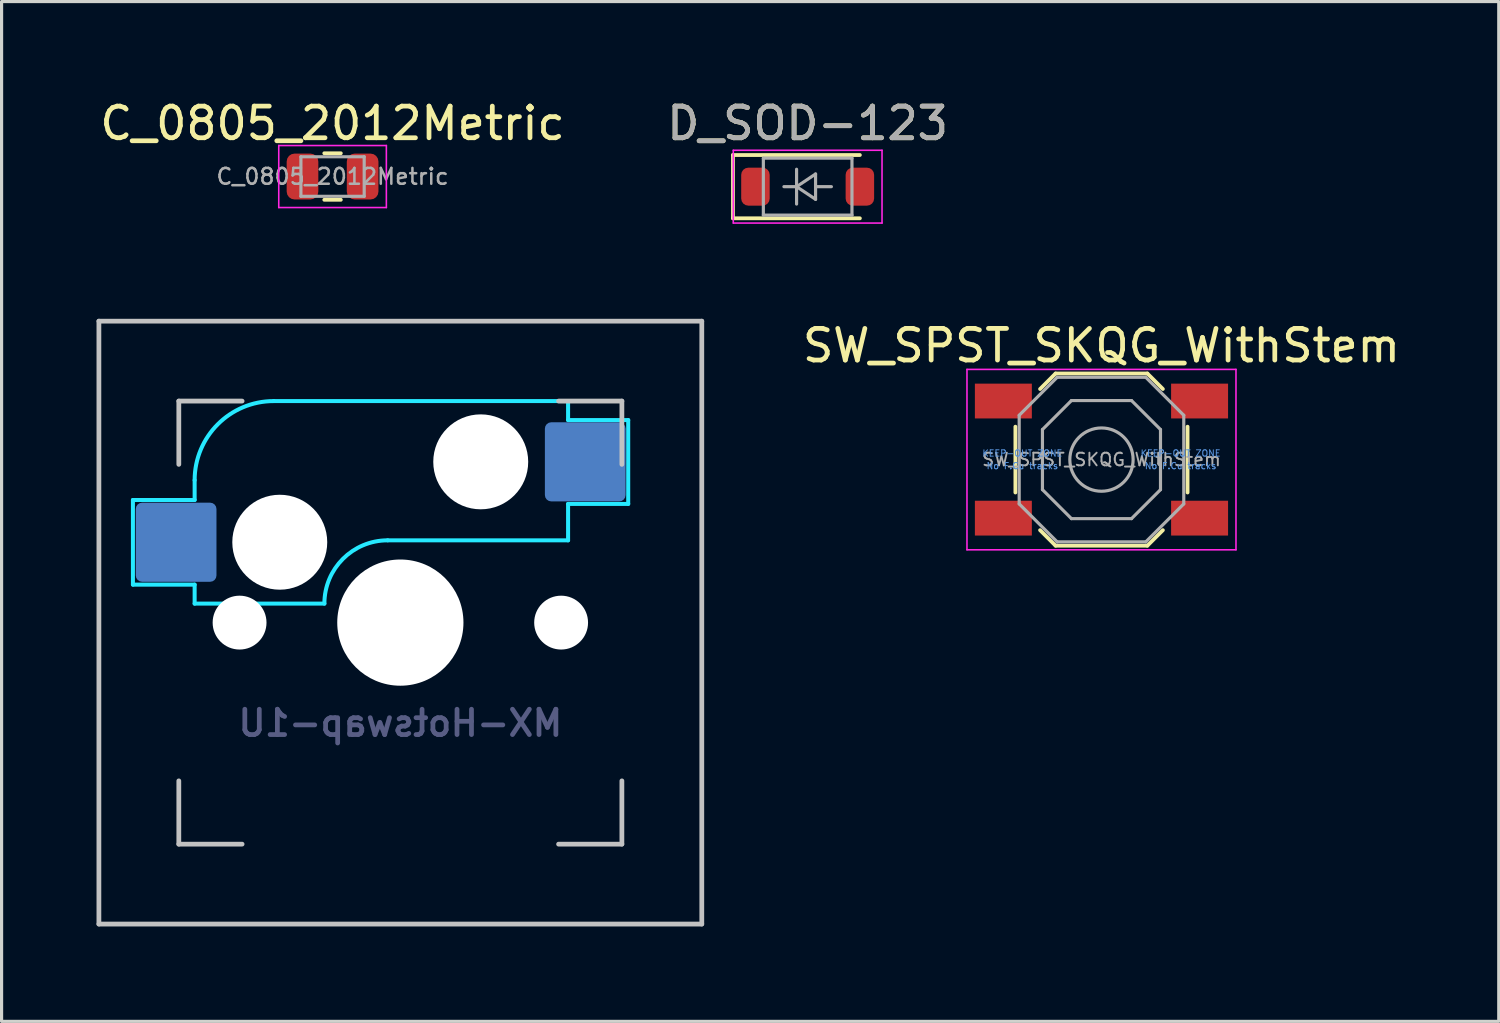
<source format=kicad_pcb>
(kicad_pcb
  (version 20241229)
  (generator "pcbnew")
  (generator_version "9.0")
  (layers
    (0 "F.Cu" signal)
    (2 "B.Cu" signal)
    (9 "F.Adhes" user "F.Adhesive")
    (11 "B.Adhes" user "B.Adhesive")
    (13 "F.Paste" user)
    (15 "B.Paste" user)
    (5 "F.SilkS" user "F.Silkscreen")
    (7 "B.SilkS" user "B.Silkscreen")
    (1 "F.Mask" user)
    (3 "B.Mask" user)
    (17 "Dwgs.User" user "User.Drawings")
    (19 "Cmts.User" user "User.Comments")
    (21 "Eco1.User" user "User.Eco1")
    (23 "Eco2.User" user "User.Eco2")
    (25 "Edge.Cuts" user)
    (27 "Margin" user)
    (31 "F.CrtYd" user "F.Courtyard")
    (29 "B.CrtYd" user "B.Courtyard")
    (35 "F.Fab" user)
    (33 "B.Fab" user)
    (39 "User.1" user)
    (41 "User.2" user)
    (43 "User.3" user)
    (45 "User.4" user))
  (footprint "SW_SPST_SKQG_WithStem"
    (layer "F.Cu")
    (at 31.754 11.472)
    (property "Reference" "SW_SPST_SKQG_WithStem" (at 0 -3.6 0) (layer "F.SilkS") (effects (font (size 1 1) (thickness 0.15))))
    (attr smd)
    (fp_line (start -2.72 1.04) (end -2.72 -1.04) (stroke (width 0.12) (type solid)) (layer "F.SilkS"))
    (fp_line (start -1.45 -2.72) (end -1.94 -2.23) (stroke (width 0.12) (type solid)) (layer "F.SilkS"))
    (fp_line (start -1.45 -2.72) (end 1.45 -2.72) (stroke (width 0.12) (type solid)) (layer "F.SilkS"))
    (fp_line (start -1.45 2.72) (end -1.94 2.23) (stroke (width 0.12) (type solid)) (layer "F.SilkS"))
    (fp_line (start -1.45 2.72) (end 1.45 2.72) (stroke (width 0.12) (type solid)) (layer "F.SilkS"))
    (fp_line (start 1.45 -2.72) (end 1.94 -2.23) (stroke (width 0.12) (type solid)) (layer "F.SilkS"))
    (fp_line (start 1.45 2.72) (end 1.94 2.23) (stroke (width 0.12) (type solid)) (layer "F.SilkS"))
    (fp_line (start 2.72 1.04) (end 2.72 -1.04) (stroke (width 0.12) (type solid)) (layer "F.SilkS"))
    (fp_line (start -4.25 -2.85) (end -4.25 2.85) (stroke (width 0.05) (type solid)) (layer "F.CrtYd"))
    (fp_line (start -4.25 2.85) (end 4.25 2.85) (stroke (width 0.05) (type solid)) (layer "F.CrtYd"))
    (fp_line (start 4.25 -2.85) (end -4.25 -2.85) (stroke (width 0.05) (type solid)) (layer "F.CrtYd"))
    (fp_line (start 4.25 2.85) (end 4.25 -2.85) (stroke (width 0.05) (type solid)) (layer "F.CrtYd"))
    (fp_line (start -2.6 -1.4) (end -1.4 -2.6) (stroke (width 0.1) (type solid)) (layer "F.Fab"))
    (fp_line (start -2.6 1.4) (end -2.6 -1.4) (stroke (width 0.1) (type solid)) (layer "F.Fab"))
    (fp_line (start -1.865 0.95) (end -1.865 -0.95) (stroke (width 0.1) (type solid)) (layer "F.Fab"))
    (fp_line (start -1.4 -2.6) (end 1.4 -2.6) (stroke (width 0.1) (type solid)) (layer "F.Fab"))
    (fp_line (start -1.4 2.6) (end -2.6 1.4) (stroke (width 0.1) (type solid)) (layer "F.Fab"))
    (fp_line (start -0.95 -1.865) (end -1.865 -0.95) (stroke (width 0.1) (type solid)) (layer "F.Fab"))
    (fp_line (start -0.95 -1.865) (end 0.95 -1.865) (stroke (width 0.1) (type solid)) (layer "F.Fab"))
    (fp_line (start -0.95 1.865) (end -1.865 0.95) (stroke (width 0.1) (type solid)) (layer "F.Fab"))
    (fp_line (start 0.95 -1.865) (end 1.865 -0.95) (stroke (width 0.1) (type solid)) (layer "F.Fab"))
    (fp_line (start 0.95 1.865) (end -0.95 1.865) (stroke (width 0.1) (type solid)) (layer "F.Fab"))
    (fp_line (start 0.95 1.865) (end 1.865 0.95) (stroke (width 0.1) (type solid)) (layer "F.Fab"))
    (fp_line (start 1.4 -2.6) (end 2.6 -1.4) (stroke (width 0.1) (type solid)) (layer "F.Fab"))
    (fp_line (start 1.4 2.6) (end -1.4 2.6) (stroke (width 0.1) (type solid)) (layer "F.Fab"))
    (fp_line (start 1.865 -0.95) (end 1.865 0.95) (stroke (width 0.1) (type solid)) (layer "F.Fab"))
    (fp_line (start 2.6 -1.4) (end 2.6 1.4) (stroke (width 0.1) (type solid)) (layer "F.Fab"))
    (fp_line (start 2.6 1.4) (end 1.4 2.6) (stroke (width 0.1) (type solid)) (layer "F.Fab"))
    (fp_circle (center 0 0) (end 1 0) (stroke (width 0.1) (type solid)) (fill no) (layer "F.Fab"))
    (fp_text user "No F.Cu tracks" (at -2.5 0.2 0) (layer "Cmts.User") (effects (font (size 0.2 0.2) (thickness 0.03))))
    (fp_text user "KEEP-OUT ZONE" (at -2.5 -0.2 0) (layer "Cmts.User") (effects (font (size 0.2 0.2) (thickness 0.03))))
    (fp_text user "No F.Cu tracks" (at 2.5 0.2 0) (layer "Cmts.User") (effects (font (size 0.2 0.2) (thickness 0.03))))
    (fp_text user "KEEP-OUT ZONE" (at 2.5 -0.2 0) (layer "Cmts.User") (effects (font (size 0.2 0.2) (thickness 0.03))))
    (fp_text user "${REFERENCE}" (at 0 0 0) (layer "F.Fab") (effects (font (size 0.4 0.4) (thickness 0.06))))
    (pad "1" smd rect (at -3.1 -1.85) (size 1.8 1.1) (layers "F.Cu" "F.Mask" "F.Paste"))
    (pad "1" smd rect (at 3.1 -1.85) (size 1.8 1.1) (layers "F.Cu" "F.Mask" "F.Paste"))
    (pad "2" smd rect (at -3.1 1.85) (size 1.8 1.1) (layers "F.Cu" "F.Mask" "F.Paste"))
    (pad "2" smd rect (at 3.1 1.85) (size 1.8 1.1) (layers "F.Cu" "F.Mask" "F.Paste"))
    (zone (net_name "") (layer "F.Cu") (hatch full 0.508) (connect_pads) (min_thickness 0.254) (filled_areas_thickness no) (keepout (tracks not_allowed) (vias not_allowed) (pads not_allowed) (copperpour not_allowed) (footprints not_allowed)) (placement (enabled no)) (fill) (polygon (pts (xy 27.69 10.201) (xy 30.69 10.201) (xy 30.69 12.742) (xy 27.69 12.742))))
    (zone (net_name "") (layer "F.Cu") (hatch full 0.508) (connect_pads) (min_thickness 0.254) (filled_areas_thickness no) (keepout (tracks not_allowed) (vias not_allowed) (pads not_allowed) (copperpour not_allowed) (footprints not_allowed)) (placement (enabled no)) (fill) (polygon (pts (xy 32.77 10.201) (xy 35.77 10.201) (xy 35.754 12.742) (xy 32.77 12.742)))))
  (footprint "C_0805_2012Metric"
    (layer "F.Cu")
    (at 7.458 2.528)
    (property "Reference" "C_0805_2012Metric" (at 0 -1.68 0) (layer "F.SilkS") (effects (font (size 1 1) (thickness 0.15))))
    (attr smd)
    (fp_line (start -0.261 -0.735) (end 0.261 -0.735) (stroke (width 0.12) (type solid)) (layer "F.SilkS"))
    (fp_line (start -0.261 0.735) (end 0.261 0.735) (stroke (width 0.12) (type solid)) (layer "F.SilkS"))
    (fp_line (start -1.7 -0.98) (end 1.7 -0.98) (stroke (width 0.05) (type solid)) (layer "F.CrtYd"))
    (fp_line (start -1.7 0.98) (end -1.7 -0.98) (stroke (width 0.05) (type solid)) (layer "F.CrtYd"))
    (fp_line (start 1.7 -0.98) (end 1.7 0.98) (stroke (width 0.05) (type solid)) (layer "F.CrtYd"))
    (fp_line (start 1.7 0.98) (end -1.7 0.98) (stroke (width 0.05) (type solid)) (layer "F.CrtYd"))
    (fp_line (start -1 -0.625) (end 1 -0.625) (stroke (width 0.1) (type solid)) (layer "F.Fab"))
    (fp_line (start -1 0.625) (end -1 -0.625) (stroke (width 0.1) (type solid)) (layer "F.Fab"))
    (fp_line (start 1 -0.625) (end 1 0.625) (stroke (width 0.1) (type solid)) (layer "F.Fab"))
    (fp_line (start 1 0.625) (end -1 0.625) (stroke (width 0.1) (type solid)) (layer "F.Fab"))
    (fp_text user "${REFERENCE}" (at 0 0 0) (layer "F.Fab") (effects (font (size 0.5 0.5) (thickness 0.08))))
    (pad "1" smd roundrect (at -0.95 0) (size 1 1.45) (layers "F.Cu" "F.Mask" "F.Paste") (roundrect_rratio 0.25))
    (pad "2" smd roundrect (at 0.95 0) (size 1 1.45) (layers "F.Cu" "F.Mask" "F.Paste") (roundrect_rratio 0.25)))
  (footprint "D_SOD-123"
    (layer "F.Cu")
    (at 22.47 2.848)
    (property "Reference" "D_SOD-123" (at 0 -2 0) (layer "F.SilkS") (effects (font (size 1 1) (thickness 0.15))))
    (attr smd)
    (fp_line (start -2.36 -1) (end -2.36 1) (stroke (width 0.12) (type solid)) (layer "F.SilkS"))
    (fp_line (start -2.36 -1) (end 1.65 -1) (stroke (width 0.12) (type solid)) (layer "F.SilkS"))
    (fp_line (start -2.36 1) (end 1.65 1) (stroke (width 0.12) (type solid)) (layer "F.SilkS"))
    (fp_line (start -2.35 -1.15) (end -2.35 1.15) (stroke (width 0.05) (type solid)) (layer "F.CrtYd"))
    (fp_line (start -2.35 -1.15) (end 2.35 -1.15) (stroke (width 0.05) (type solid)) (layer "F.CrtYd"))
    (fp_line (start 2.35 -1.15) (end 2.35 1.15) (stroke (width 0.05) (type solid)) (layer "F.CrtYd"))
    (fp_line (start 2.35 1.15) (end -2.35 1.15) (stroke (width 0.05) (type solid)) (layer "F.CrtYd"))
    (fp_line (start -1.4 -0.9) (end 1.4 -0.9) (stroke (width 0.1) (type solid)) (layer "F.Fab"))
    (fp_line (start -1.4 0.9) (end -1.4 -0.9) (stroke (width 0.1) (type solid)) (layer "F.Fab"))
    (fp_line (start -0.75 0) (end -0.35 0) (stroke (width 0.1) (type solid)) (layer "F.Fab"))
    (fp_line (start -0.35 0) (end -0.35 -0.55) (stroke (width 0.1) (type solid)) (layer "F.Fab"))
    (fp_line (start -0.35 0) (end -0.35 0.55) (stroke (width 0.1) (type solid)) (layer "F.Fab"))
    (fp_line (start -0.35 0) (end 0.25 -0.4) (stroke (width 0.1) (type solid)) (layer "F.Fab"))
    (fp_line (start 0.25 -0.4) (end 0.25 0.4) (stroke (width 0.1) (type solid)) (layer "F.Fab"))
    (fp_line (start 0.25 0) (end 0.75 0) (stroke (width 0.1) (type solid)) (layer "F.Fab"))
    (fp_line (start 0.25 0.4) (end -0.35 0) (stroke (width 0.1) (type solid)) (layer "F.Fab"))
    (fp_line (start 1.4 -0.9) (end 1.4 0.9) (stroke (width 0.1) (type solid)) (layer "F.Fab"))
    (fp_line (start 1.4 0.9) (end -1.4 0.9) (stroke (width 0.1) (type solid)) (layer "F.Fab"))
    (fp_text user "${REFERENCE}" (at 0 -2 0) (layer "F.Fab") (effects (font (size 1 1) (thickness 0.15))))
    (pad "1" smd roundrect (at -1.65 0 180) (size 0.9 1.2) (layers "F.Cu" "F.Mask" "F.Paste") (roundrect_rratio 0.25))
    (pad "2" smd roundrect (at 1.65 0 180) (size 0.9 1.2) (layers "F.Cu" "F.Mask" "F.Paste") (roundrect_rratio 0.25)))
  (footprint "MX-Hotswap-1U"
    (layer "F.Cu")
    (at 9.6 16.623)
    (property "Reference" "MX-Hotswap-1U" (at 0 3.175 0) (layer "B.Fab") (effects (font (size 0.8 0.8) (thickness 0.15)) (justify mirror)))
    (attr smd)
    (fp_line (start -9.525 9.525) (end -9.525 -9.525) (stroke (width 0.15) (type solid)) (layer "Dwgs.User"))
    (fp_line (start -7 -7) (end -7 -5) (stroke (width 0.15) (type solid)) (layer "Dwgs.User"))
    (fp_line (start -7 5) (end -7 7) (stroke (width 0.15) (type solid)) (layer "Dwgs.User"))
    (fp_line (start -7 7) (end -5 7) (stroke (width 0.15) (type solid)) (layer "Dwgs.User"))
    (fp_line (start -5 -7) (end -7 -7) (stroke (width 0.15) (type solid)) (layer "Dwgs.User"))
    (fp_line (start 5 -7) (end 7 -7) (stroke (width 0.15) (type solid)) (layer "Dwgs.User"))
    (fp_line (start 5 7) (end 7 7) (stroke (width 0.15) (type solid)) (layer "Dwgs.User"))
    (fp_line (start 7 -7) (end 7 -5) (stroke (width 0.15) (type solid)) (layer "Dwgs.User"))
    (fp_line (start 7 7) (end 7 5) (stroke (width 0.15) (type solid)) (layer "Dwgs.User"))
    (fp_line (start 9.525 -9.525) (end -9.525 -9.525) (stroke (width 0.15) (type solid)) (layer "Dwgs.User"))
    (fp_line (start 9.525 9.525) (end -9.525 9.525) (stroke (width 0.15) (type solid)) (layer "Dwgs.User"))
    (fp_line (start 9.525 9.525) (end 9.525 -9.525) (stroke (width 0.15) (type solid)) (layer "Dwgs.User"))
    (fp_line (start -8.45 -3.875) (end -8.45 -1.2) (stroke (width 0.127) (type solid)) (layer "B.CrtYd"))
    (fp_line (start -8.45 -1.2) (end -6.5 -1.2) (stroke (width 0.127) (type solid)) (layer "B.CrtYd"))
    (fp_line (start -6.5 -4.5) (end -6.5 -3.875) (stroke (width 0.127) (type solid)) (layer "B.CrtYd"))
    (fp_line (start -6.5 -3.875) (end -8.45 -3.875) (stroke (width 0.127) (type solid)) (layer "B.CrtYd"))
    (fp_line (start -6.5 -0.6) (end -6.5 -1.2) (stroke (width 0.127) (type solid)) (layer "B.CrtYd"))
    (fp_line (start -6.5 -0.6) (end -2.4 -0.6) (stroke (width 0.127) (type solid)) (layer "B.CrtYd"))
    (fp_line (start -0.4 -2.6) (end 5.3 -2.6) (stroke (width 0.127) (type solid)) (layer "B.CrtYd"))
    (fp_line (start 5.3 -7) (end -4 -7) (stroke (width 0.127) (type solid)) (layer "B.CrtYd"))
    (fp_line (start 5.3 -7) (end 5.3 -6.4) (stroke (width 0.127) (type solid)) (layer "B.CrtYd"))
    (fp_line (start 5.3 -6.4) (end 7.2 -6.4) (stroke (width 0.127) (type solid)) (layer "B.CrtYd"))
    (fp_line (start 5.3 -2.6) (end 5.3 -3.75) (stroke (width 0.127) (type solid)) (layer "B.CrtYd"))
    (fp_line (start 7.2 -6.4) (end 7.2 -3.75) (stroke (width 0.127) (type solid)) (layer "B.CrtYd"))
    (fp_line (start 7.2 -3.75) (end 5.3 -3.75) (stroke (width 0.127) (type solid)) (layer "B.CrtYd"))
    (fp_arc (start -6.5 -4.5) (mid -5.767767 -6.267767) (end -4 -7) (stroke (width 0.127) (type solid)) (layer "B.CrtYd"))
    (fp_arc (start -2.4 -0.6) (mid -1.814214 -2.014214) (end -0.4 -2.6) (stroke (width 0.127) (type solid)) (layer "B.CrtYd"))
    (pad "" np_thru_hole circle (at -5.08 0 48.099) (size 1.702 1.702) (drill 1.702) (layers "*.Cu" "*.Mask"))
    (pad "" np_thru_hole circle (at -3.81 -2.54) (size 3 3) (drill 3) (layers "*.Cu" "*.Mask"))
    (pad "" np_thru_hole circle (at 0 0) (size 3.988 3.988) (drill 3.988) (layers "*.Cu" "*.Mask"))
    (pad "" np_thru_hole circle (at 2.54 -5.08) (size 3 3) (drill 3) (layers "*.Cu" "*.Mask"))
    (pad "" np_thru_hole circle (at 5.08 0 48.099) (size 1.702 1.702) (drill 1.702) (layers "*.Cu" "*.Mask"))
    (pad "1" smd roundrect (at -7.085 -2.54) (size 2.55 2.5) (layers "B.Cu" "B.Mask" "B.Paste") (roundrect_rratio 0.08))
    (pad "2" smd roundrect (at 5.842 -5.08) (size 2.55 2.5) (layers "B.Cu" "B.Mask" "B.Paste") (roundrect_rratio 0.08)))
  (gr_rect
    (start -3 -3)
    (end 44.307 29.223)
    (stroke (width 0.1) (type default))
    (fill no)
    (layer "Edge.Cuts")))
</source>
